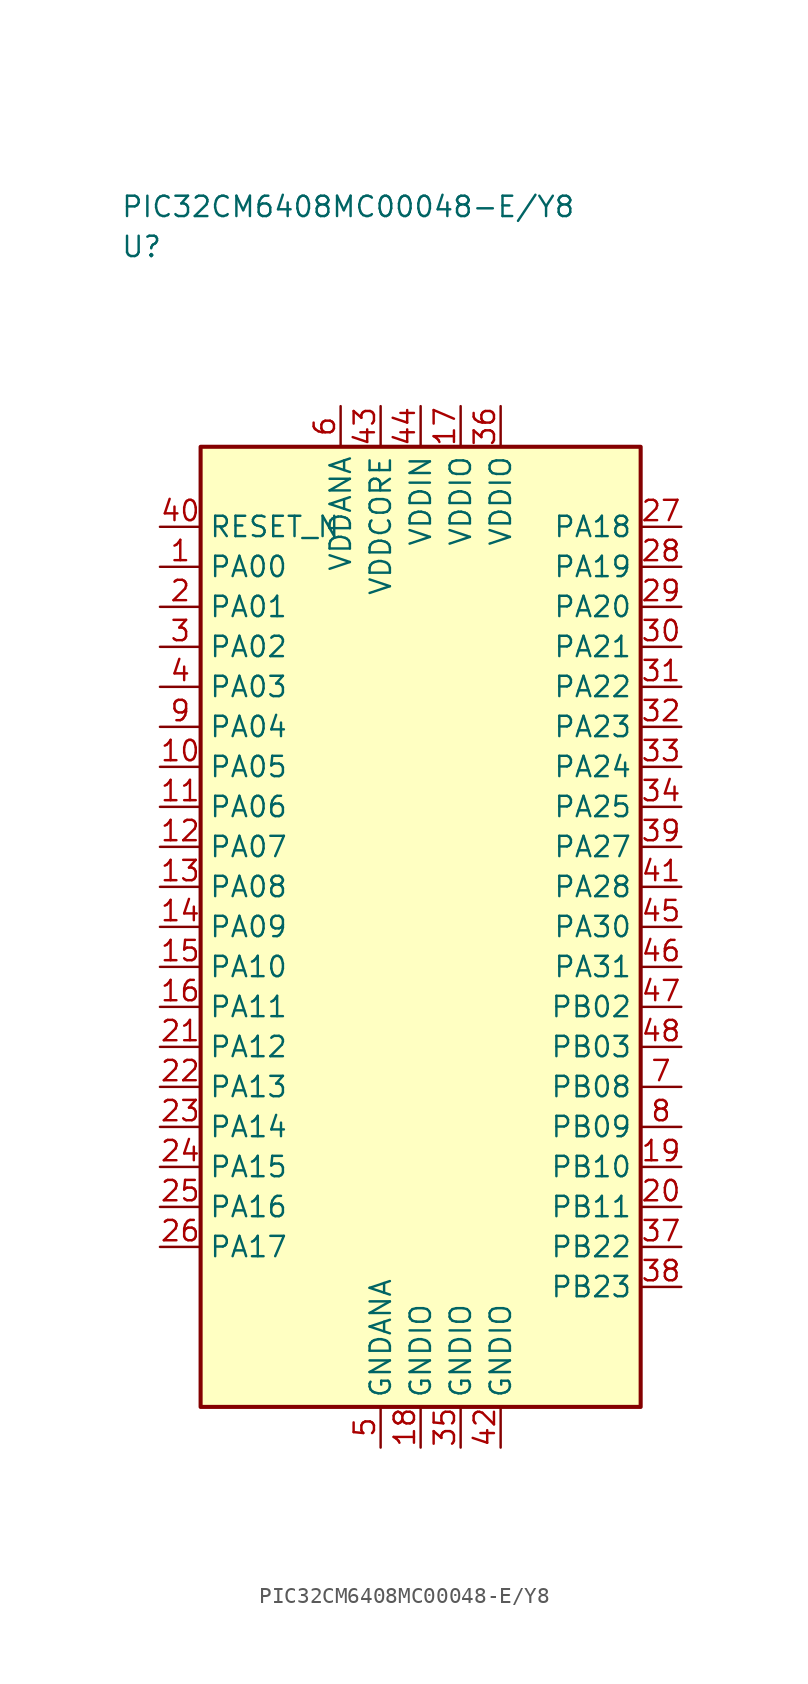
<source format=kicad_sym>
(kicad_symbol_lib
  (version 20241025)
  (generator "kicad_symbol_editor")
  (generator_version "8.0")
  (symbol "PIC32CM6408MC00048-E/Y8"
    (property "Reference" "U"
      (at -18.75 42.5 0)
      (effects (font (size 1.27 1.27)) (justify left)))
    (property "Value" "PIC32CM6408MC00048-E/Y8"
      (at -18.75 45.0 0)
      (effects (font (size 1.27 1.27)) (justify left)))
    (symbol "PIC32CM6408MC00048-E/Y8_0_1"
      (rectangle (start -13.75 30.0) (end 13.75 -30.0) (stroke (width 0.254) (type default)) (fill (type background))))
    (symbol "PIC32CM6408MC00048-E/Y8_1_1"
      (pin bidirectional line (at -16.29 22.5 0.0) (length 2.54) (name "PA00" (effects (font (size 1.27 1.27)))) (number "1" (effects (font (size 1.27 1.27)))))
      (pin bidirectional line (at -16.29 20.0 0.0) (length 2.54) (name "PA01" (effects (font (size 1.27 1.27)))) (number "2" (effects (font (size 1.27 1.27)))))
      (pin bidirectional line (at -16.29 17.5 0.0) (length 2.54) (name "PA02" (effects (font (size 1.27 1.27)))) (number "3" (effects (font (size 1.27 1.27)))))
      (pin bidirectional line (at -16.29 15.0 0.0) (length 2.54) (name "PA03" (effects (font (size 1.27 1.27)))) (number "4" (effects (font (size 1.27 1.27)))))
      (pin passive line (at -2.5 -32.54 90.0) (length 2.54) (name "GNDANA" (effects (font (size 1.27 1.27)))) (number "5" (effects (font (size 1.27 1.27)))))
      (pin power_in line (at -5.0 32.54 270.0) (length 2.54) (name "VDDANA" (effects (font (size 1.27 1.27)))) (number "6" (effects (font (size 1.27 1.27)))))
      (pin bidirectional line (at 16.29 -10.0 180.0) (length 2.54) (name "PB08" (effects (font (size 1.27 1.27)))) (number "7" (effects (font (size 1.27 1.27)))))
      (pin bidirectional line (at 16.29 -12.5 180.0) (length 2.54) (name "PB09" (effects (font (size 1.27 1.27)))) (number "8" (effects (font (size 1.27 1.27)))))
      (pin bidirectional line (at -16.29 12.5 0.0) (length 2.54) (name "PA04" (effects (font (size 1.27 1.27)))) (number "9" (effects (font (size 1.27 1.27)))))
      (pin bidirectional line (at -16.29 10.0 0.0) (length 2.54) (name "PA05" (effects (font (size 1.27 1.27)))) (number "10" (effects (font (size 1.27 1.27)))))
      (pin bidirectional line (at -16.29 7.5 0.0) (length 2.54) (name "PA06" (effects (font (size 1.27 1.27)))) (number "11" (effects (font (size 1.27 1.27)))))
      (pin bidirectional line (at -16.29 5.0 0.0) (length 2.54) (name "PA07" (effects (font (size 1.27 1.27)))) (number "12" (effects (font (size 1.27 1.27)))))
      (pin bidirectional line (at -16.29 2.5 0.0) (length 2.54) (name "PA08" (effects (font (size 1.27 1.27)))) (number "13" (effects (font (size 1.27 1.27)))))
      (pin bidirectional line (at -16.29 0.0 0.0) (length 2.54) (name "PA09" (effects (font (size 1.27 1.27)))) (number "14" (effects (font (size 1.27 1.27)))))
      (pin bidirectional line (at -16.29 -2.5 0.0) (length 2.54) (name "PA10" (effects (font (size 1.27 1.27)))) (number "15" (effects (font (size 1.27 1.27)))))
      (pin bidirectional line (at -16.29 -5.0 0.0) (length 2.54) (name "PA11" (effects (font (size 1.27 1.27)))) (number "16" (effects (font (size 1.27 1.27)))))
      (pin power_in line (at 2.5 32.54 270.0) (length 2.54) (name "VDDIO" (effects (font (size 1.27 1.27)))) (number "17" (effects (font (size 1.27 1.27)))))
      (pin passive line (at 0.0 -32.54 90.0) (length 2.54) (name "GNDIO" (effects (font (size 1.27 1.27)))) (number "18" (effects (font (size 1.27 1.27)))))
      (pin bidirectional line (at 16.29 -15.0 180.0) (length 2.54) (name "PB10" (effects (font (size 1.27 1.27)))) (number "19" (effects (font (size 1.27 1.27)))))
      (pin bidirectional line (at 16.29 -17.5 180.0) (length 2.54) (name "PB11" (effects (font (size 1.27 1.27)))) (number "20" (effects (font (size 1.27 1.27)))))
      (pin bidirectional line (at -16.29 -7.5 0.0) (length 2.54) (name "PA12" (effects (font (size 1.27 1.27)))) (number "21" (effects (font (size 1.27 1.27)))))
      (pin bidirectional line (at -16.29 -10.0 0.0) (length 2.54) (name "PA13" (effects (font (size 1.27 1.27)))) (number "22" (effects (font (size 1.27 1.27)))))
      (pin bidirectional line (at -16.29 -12.5 0.0) (length 2.54) (name "PA14" (effects (font (size 1.27 1.27)))) (number "23" (effects (font (size 1.27 1.27)))))
      (pin bidirectional line (at -16.29 -15.0 0.0) (length 2.54) (name "PA15" (effects (font (size 1.27 1.27)))) (number "24" (effects (font (size 1.27 1.27)))))
      (pin bidirectional line (at -16.29 -17.5 0.0) (length 2.54) (name "PA16" (effects (font (size 1.27 1.27)))) (number "25" (effects (font (size 1.27 1.27)))))
      (pin bidirectional line (at -16.29 -20.0 0.0) (length 2.54) (name "PA17" (effects (font (size 1.27 1.27)))) (number "26" (effects (font (size 1.27 1.27)))))
      (pin bidirectional line (at 16.29 25.0 180.0) (length 2.54) (name "PA18" (effects (font (size 1.27 1.27)))) (number "27" (effects (font (size 1.27 1.27)))))
      (pin bidirectional line (at 16.29 22.5 180.0) (length 2.54) (name "PA19" (effects (font (size 1.27 1.27)))) (number "28" (effects (font (size 1.27 1.27)))))
      (pin bidirectional line (at 16.29 20.0 180.0) (length 2.54) (name "PA20" (effects (font (size 1.27 1.27)))) (number "29" (effects (font (size 1.27 1.27)))))
      (pin bidirectional line (at 16.29 17.5 180.0) (length 2.54) (name "PA21" (effects (font (size 1.27 1.27)))) (number "30" (effects (font (size 1.27 1.27)))))
      (pin bidirectional line (at 16.29 15.0 180.0) (length 2.54) (name "PA22" (effects (font (size 1.27 1.27)))) (number "31" (effects (font (size 1.27 1.27)))))
      (pin bidirectional line (at 16.29 12.5 180.0) (length 2.54) (name "PA23" (effects (font (size 1.27 1.27)))) (number "32" (effects (font (size 1.27 1.27)))))
      (pin bidirectional line (at 16.29 10.0 180.0) (length 2.54) (name "PA24" (effects (font (size 1.27 1.27)))) (number "33" (effects (font (size 1.27 1.27)))))
      (pin bidirectional line (at 16.29 7.5 180.0) (length 2.54) (name "PA25" (effects (font (size 1.27 1.27)))) (number "34" (effects (font (size 1.27 1.27)))))
      (pin passive line (at 2.5 -32.54 90.0) (length 2.54) (name "GNDIO" (effects (font (size 1.27 1.27)))) (number "35" (effects (font (size 1.27 1.27)))))
      (pin power_in line (at 5.0 32.54 270.0) (length 2.54) (name "VDDIO" (effects (font (size 1.27 1.27)))) (number "36" (effects (font (size 1.27 1.27)))))
      (pin bidirectional line (at 16.29 -20.0 180.0) (length 2.54) (name "PB22" (effects (font (size 1.27 1.27)))) (number "37" (effects (font (size 1.27 1.27)))))
      (pin bidirectional line (at 16.29 -22.5 180.0) (length 2.54) (name "PB23" (effects (font (size 1.27 1.27)))) (number "38" (effects (font (size 1.27 1.27)))))
      (pin bidirectional line (at 16.29 5.0 180.0) (length 2.54) (name "PA27" (effects (font (size 1.27 1.27)))) (number "39" (effects (font (size 1.27 1.27)))))
      (pin input line (at -16.29 25.0 0.0) (length 2.54) (name "RESET_N" (effects (font (size 1.27 1.27)))) (number "40" (effects (font (size 1.27 1.27)))))
      (pin bidirectional line (at 16.29 2.5 180.0) (length 2.54) (name "PA28" (effects (font (size 1.27 1.27)))) (number "41" (effects (font (size 1.27 1.27)))))
      (pin passive line (at 5.0 -32.54 90.0) (length 2.54) (name "GNDIO" (effects (font (size 1.27 1.27)))) (number "42" (effects (font (size 1.27 1.27)))))
      (pin power_in line (at -2.5 32.54 270.0) (length 2.54) (name "VDDCORE" (effects (font (size 1.27 1.27)))) (number "43" (effects (font (size 1.27 1.27)))))
      (pin power_in line (at 0.0 32.54 270.0) (length 2.54) (name "VDDIN" (effects (font (size 1.27 1.27)))) (number "44" (effects (font (size 1.27 1.27)))))
      (pin bidirectional line (at 16.29 0.0 180.0) (length 2.54) (name "PA30" (effects (font (size 1.27 1.27)))) (number "45" (effects (font (size 1.27 1.27)))))
      (pin bidirectional line (at 16.29 -2.5 180.0) (length 2.54) (name "PA31" (effects (font (size 1.27 1.27)))) (number "46" (effects (font (size 1.27 1.27)))))
      (pin bidirectional line (at 16.29 -5.0 180.0) (length 2.54) (name "PB02" (effects (font (size 1.27 1.27)))) (number "47" (effects (font (size 1.27 1.27)))))
      (pin bidirectional line (at 16.29 -7.5 180.0) (length 2.54) (name "PB03" (effects (font (size 1.27 1.27)))) (number "48" (effects (font (size 1.27 1.27))))))))
</source>
